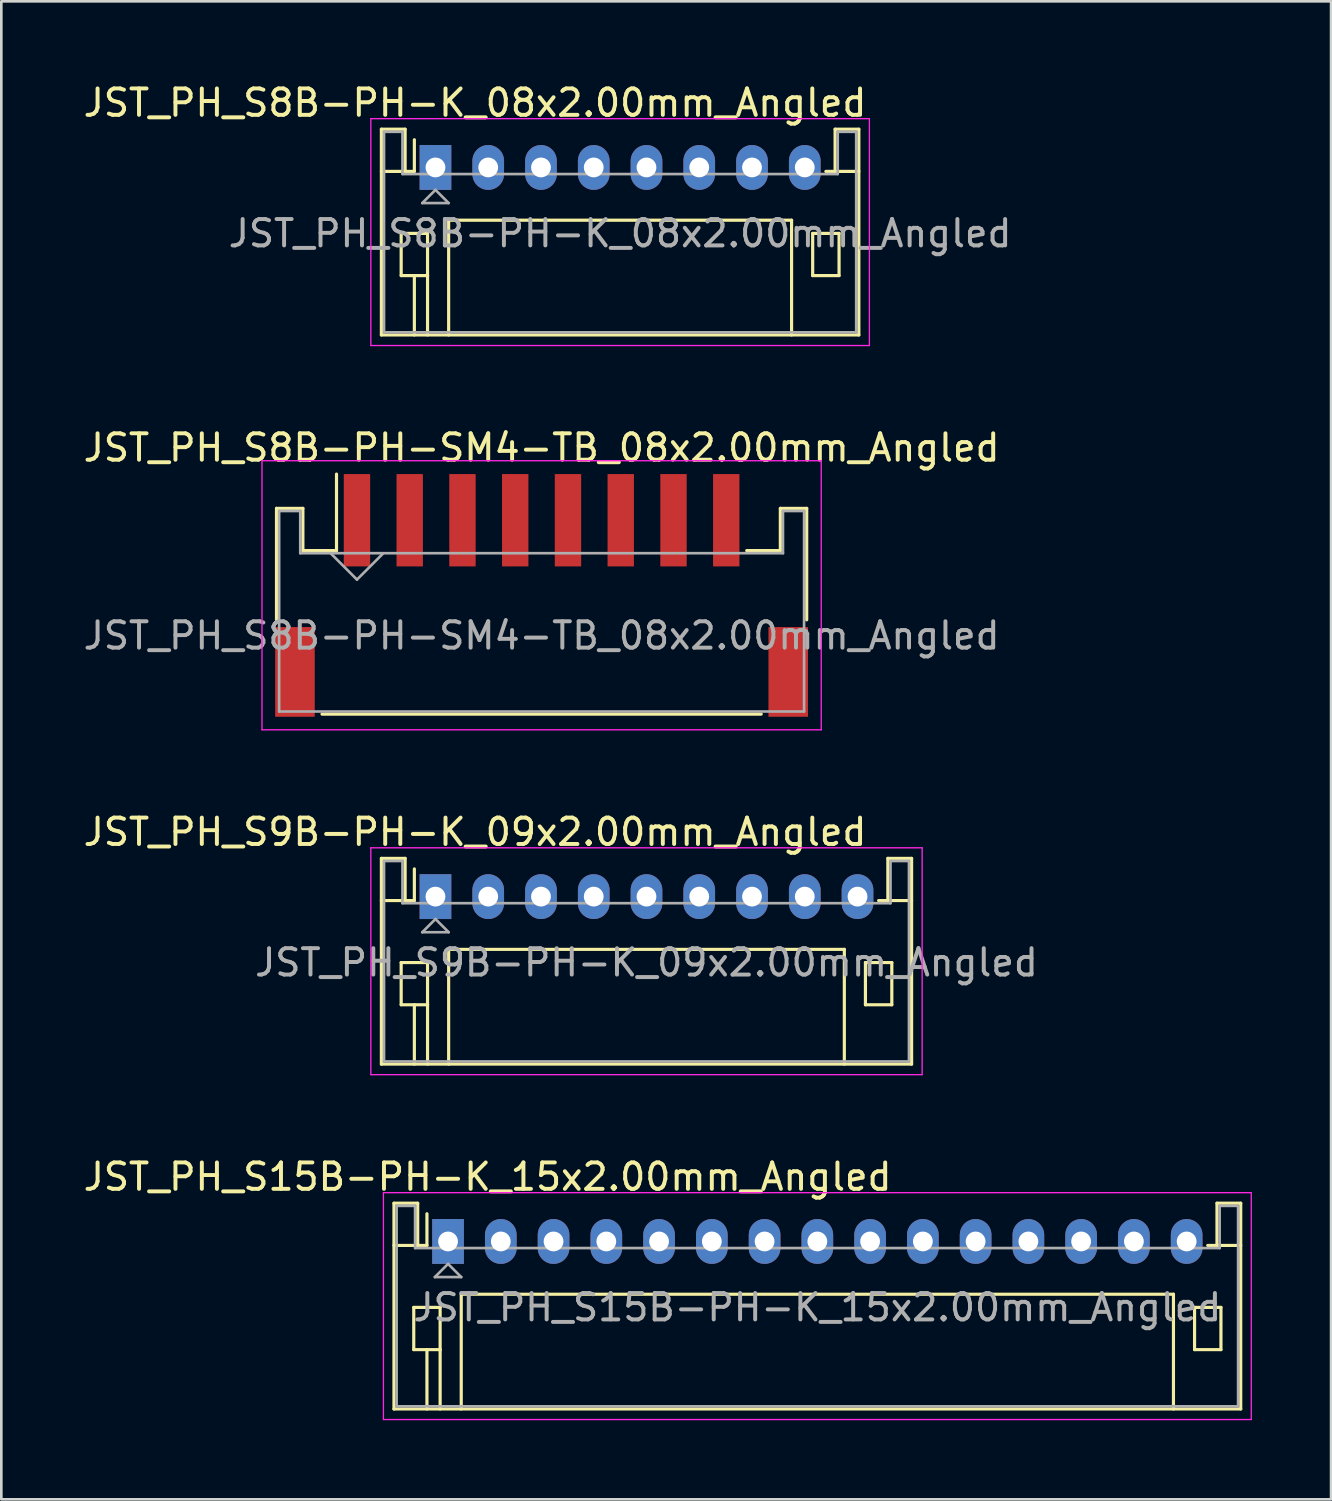
<source format=kicad_pcb>
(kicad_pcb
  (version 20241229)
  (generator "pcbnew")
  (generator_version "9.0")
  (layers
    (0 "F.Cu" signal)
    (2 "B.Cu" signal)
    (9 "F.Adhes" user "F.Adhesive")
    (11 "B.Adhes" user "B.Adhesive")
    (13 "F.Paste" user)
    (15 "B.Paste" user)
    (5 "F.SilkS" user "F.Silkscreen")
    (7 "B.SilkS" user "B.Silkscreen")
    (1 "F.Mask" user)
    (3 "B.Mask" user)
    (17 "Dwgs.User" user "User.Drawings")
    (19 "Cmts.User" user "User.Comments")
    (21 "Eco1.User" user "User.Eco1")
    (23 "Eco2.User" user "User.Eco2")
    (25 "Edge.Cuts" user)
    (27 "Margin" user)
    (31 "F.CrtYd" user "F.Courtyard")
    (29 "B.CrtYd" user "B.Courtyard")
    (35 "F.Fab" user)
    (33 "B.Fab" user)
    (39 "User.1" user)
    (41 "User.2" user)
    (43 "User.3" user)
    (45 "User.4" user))
  (footprint "JST_PH_S8B-PH-K_08x2.00mm_Angled"
    (layer "F.Cu")
    (at 13.458 3.298)
    (property "Reference" "JST_PH_S8B-PH-K_08x2.00mm_Angled" (at 1.5 -2.45 0) (layer "F.SilkS") (effects (font (size 1 1) (thickness 0.15))))
    (attr through_hole)
    (fp_line (start -2.05 -1.45) (end -2.05 6.35) (stroke (width 0.12) (type solid)) (layer "F.SilkS"))
    (fp_line (start -2.05 0.15) (end -1.15 0.15) (stroke (width 0.12) (type solid)) (layer "F.SilkS"))
    (fp_line (start -2.05 6.35) (end 16.05 6.35) (stroke (width 0.12) (type solid)) (layer "F.SilkS"))
    (fp_line (start -1.3 2.5) (end -1.3 4.1) (stroke (width 0.12) (type solid)) (layer "F.SilkS"))
    (fp_line (start -1.3 4.1) (end -0.3 4.1) (stroke (width 0.12) (type solid)) (layer "F.SilkS"))
    (fp_line (start -1.15 -1.45) (end -2.05 -1.45) (stroke (width 0.12) (type solid)) (layer "F.SilkS"))
    (fp_line (start -1.15 0.15) (end -1.15 -1.45) (stroke (width 0.12) (type solid)) (layer "F.SilkS"))
    (fp_line (start -0.8 0.15) (end -1.15 0.15) (stroke (width 0.12) (type solid)) (layer "F.SilkS"))
    (fp_line (start -0.8 0.15) (end -0.8 -1.05) (stroke (width 0.12) (type solid)) (layer "F.SilkS"))
    (fp_line (start -0.8 4.1) (end -0.8 6.35) (stroke (width 0.12) (type solid)) (layer "F.SilkS"))
    (fp_line (start -0.3 2.5) (end -1.3 2.5) (stroke (width 0.12) (type solid)) (layer "F.SilkS"))
    (fp_line (start -0.3 4.1) (end -0.3 2.5) (stroke (width 0.12) (type solid)) (layer "F.SilkS"))
    (fp_line (start -0.3 4.1) (end -0.3 6.35) (stroke (width 0.12) (type solid)) (layer "F.SilkS"))
    (fp_line (start 0.5 2) (end 13.5 2) (stroke (width 0.12) (type solid)) (layer "F.SilkS"))
    (fp_line (start 0.5 6.35) (end 0.5 2) (stroke (width 0.12) (type solid)) (layer "F.SilkS"))
    (fp_line (start 13.5 2) (end 13.5 6.35) (stroke (width 0.12) (type solid)) (layer "F.SilkS"))
    (fp_line (start 14.3 2.5) (end 15.3 2.5) (stroke (width 0.12) (type solid)) (layer "F.SilkS"))
    (fp_line (start 14.3 4.1) (end 14.3 2.5) (stroke (width 0.12) (type solid)) (layer "F.SilkS"))
    (fp_line (start 15.15 -1.45) (end 15.15 0.15) (stroke (width 0.12) (type solid)) (layer "F.SilkS"))
    (fp_line (start 15.15 0.15) (end 14.8 0.15) (stroke (width 0.12) (type solid)) (layer "F.SilkS"))
    (fp_line (start 15.3 2.5) (end 15.3 4.1) (stroke (width 0.12) (type solid)) (layer "F.SilkS"))
    (fp_line (start 15.3 4.1) (end 14.3 4.1) (stroke (width 0.12) (type solid)) (layer "F.SilkS"))
    (fp_line (start 16.05 -1.45) (end 15.15 -1.45) (stroke (width 0.12) (type solid)) (layer "F.SilkS"))
    (fp_line (start 16.05 0.15) (end 15.15 0.15) (stroke (width 0.12) (type solid)) (layer "F.SilkS"))
    (fp_line (start 16.05 6.35) (end 16.05 -1.45) (stroke (width 0.12) (type solid)) (layer "F.SilkS"))
    (fp_line (start -2.45 -1.85) (end -2.45 6.75) (stroke (width 0.05) (type solid)) (layer "F.CrtYd"))
    (fp_line (start -2.45 6.75) (end 16.45 6.75) (stroke (width 0.05) (type solid)) (layer "F.CrtYd"))
    (fp_line (start 16.45 -1.85) (end -2.45 -1.85) (stroke (width 0.05) (type solid)) (layer "F.CrtYd"))
    (fp_line (start 16.45 6.75) (end 16.45 -1.85) (stroke (width 0.05) (type solid)) (layer "F.CrtYd"))
    (fp_line (start -1.95 -1.35) (end -1.95 6.25) (stroke (width 0.1) (type solid)) (layer "F.Fab"))
    (fp_line (start -1.95 6.25) (end 15.95 6.25) (stroke (width 0.1) (type solid)) (layer "F.Fab"))
    (fp_line (start -1.25 -1.35) (end -1.95 -1.35) (stroke (width 0.1) (type solid)) (layer "F.Fab"))
    (fp_line (start -1.25 0.25) (end -1.25 -1.35) (stroke (width 0.1) (type solid)) (layer "F.Fab"))
    (fp_line (start -0.5 1.35) (end 0.5 1.35) (stroke (width 0.1) (type solid)) (layer "F.Fab"))
    (fp_line (start 0 0.85) (end -0.5 1.35) (stroke (width 0.1) (type solid)) (layer "F.Fab"))
    (fp_line (start 0.5 1.35) (end 0 0.85) (stroke (width 0.1) (type solid)) (layer "F.Fab"))
    (fp_line (start 15.25 -1.35) (end 15.25 0.25) (stroke (width 0.1) (type solid)) (layer "F.Fab"))
    (fp_line (start 15.25 0.25) (end -1.25 0.25) (stroke (width 0.1) (type solid)) (layer "F.Fab"))
    (fp_line (start 15.95 -1.35) (end 15.25 -1.35) (stroke (width 0.1) (type solid)) (layer "F.Fab"))
    (fp_line (start 15.95 6.25) (end 15.95 -1.35) (stroke (width 0.1) (type solid)) (layer "F.Fab"))
    (fp_text user "${REFERENCE}" (at 7 2.5 0) (layer "F.Fab") (effects (font (size 1 1) (thickness 0.15))))
    (pad "1" thru_hole rect (at 0 0) (size 1.2 1.7) (drill 0.75) (layers "*.Cu" "*.Mask"))
    (pad "2" thru_hole oval (at 2 0) (size 1.2 1.7) (drill 0.75) (layers "*.Cu" "*.Mask"))
    (pad "3" thru_hole oval (at 4 0) (size 1.2 1.7) (drill 0.75) (layers "*.Cu" "*.Mask"))
    (pad "4" thru_hole oval (at 6 0) (size 1.2 1.7) (drill 0.75) (layers "*.Cu" "*.Mask"))
    (pad "5" thru_hole oval (at 8 0) (size 1.2 1.7) (drill 0.75) (layers "*.Cu" "*.Mask"))
    (pad "6" thru_hole oval (at 10 0) (size 1.2 1.7) (drill 0.75) (layers "*.Cu" "*.Mask"))
    (pad "7" thru_hole oval (at 12 0) (size 1.2 1.7) (drill 0.75) (layers "*.Cu" "*.Mask"))
    (pad "8" thru_hole oval (at 14 0) (size 1.2 1.7) (drill 0.75) (layers "*.Cu" "*.Mask")))
  (footprint "JST_PH_S15B-PH-K_15x2.00mm_Angled"
    (layer "F.Cu")
    (at 13.935 44.013)
    (property "Reference" "JST_PH_S15B-PH-K_15x2.00mm_Angled" (at 1.5 -2.45 0) (layer "F.SilkS") (effects (font (size 1 1) (thickness 0.15))))
    (attr through_hole)
    (fp_line (start -2.05 -1.45) (end -2.05 6.35) (stroke (width 0.12) (type solid)) (layer "F.SilkS"))
    (fp_line (start -2.05 0.15) (end -1.15 0.15) (stroke (width 0.12) (type solid)) (layer "F.SilkS"))
    (fp_line (start -2.05 6.35) (end 30.05 6.35) (stroke (width 0.12) (type solid)) (layer "F.SilkS"))
    (fp_line (start -1.3 2.5) (end -1.3 4.1) (stroke (width 0.12) (type solid)) (layer "F.SilkS"))
    (fp_line (start -1.3 4.1) (end -0.3 4.1) (stroke (width 0.12) (type solid)) (layer "F.SilkS"))
    (fp_line (start -1.15 -1.45) (end -2.05 -1.45) (stroke (width 0.12) (type solid)) (layer "F.SilkS"))
    (fp_line (start -1.15 0.15) (end -1.15 -1.45) (stroke (width 0.12) (type solid)) (layer "F.SilkS"))
    (fp_line (start -0.8 0.15) (end -1.15 0.15) (stroke (width 0.12) (type solid)) (layer "F.SilkS"))
    (fp_line (start -0.8 0.15) (end -0.8 -1.05) (stroke (width 0.12) (type solid)) (layer "F.SilkS"))
    (fp_line (start -0.8 4.1) (end -0.8 6.35) (stroke (width 0.12) (type solid)) (layer "F.SilkS"))
    (fp_line (start -0.3 2.5) (end -1.3 2.5) (stroke (width 0.12) (type solid)) (layer "F.SilkS"))
    (fp_line (start -0.3 4.1) (end -0.3 2.5) (stroke (width 0.12) (type solid)) (layer "F.SilkS"))
    (fp_line (start -0.3 4.1) (end -0.3 6.35) (stroke (width 0.12) (type solid)) (layer "F.SilkS"))
    (fp_line (start 0.5 2) (end 27.5 2) (stroke (width 0.12) (type solid)) (layer "F.SilkS"))
    (fp_line (start 0.5 6.35) (end 0.5 2) (stroke (width 0.12) (type solid)) (layer "F.SilkS"))
    (fp_line (start 27.5 2) (end 27.5 6.35) (stroke (width 0.12) (type solid)) (layer "F.SilkS"))
    (fp_line (start 28.3 2.5) (end 29.3 2.5) (stroke (width 0.12) (type solid)) (layer "F.SilkS"))
    (fp_line (start 28.3 4.1) (end 28.3 2.5) (stroke (width 0.12) (type solid)) (layer "F.SilkS"))
    (fp_line (start 29.15 -1.45) (end 29.15 0.15) (stroke (width 0.12) (type solid)) (layer "F.SilkS"))
    (fp_line (start 29.15 0.15) (end 28.8 0.15) (stroke (width 0.12) (type solid)) (layer "F.SilkS"))
    (fp_line (start 29.3 2.5) (end 29.3 4.1) (stroke (width 0.12) (type solid)) (layer "F.SilkS"))
    (fp_line (start 29.3 4.1) (end 28.3 4.1) (stroke (width 0.12) (type solid)) (layer "F.SilkS"))
    (fp_line (start 30.05 -1.45) (end 29.15 -1.45) (stroke (width 0.12) (type solid)) (layer "F.SilkS"))
    (fp_line (start 30.05 0.15) (end 29.15 0.15) (stroke (width 0.12) (type solid)) (layer "F.SilkS"))
    (fp_line (start 30.05 6.35) (end 30.05 -1.45) (stroke (width 0.12) (type solid)) (layer "F.SilkS"))
    (fp_line (start -2.45 -1.85) (end -2.45 6.75) (stroke (width 0.05) (type solid)) (layer "F.CrtYd"))
    (fp_line (start -2.45 6.75) (end 30.45 6.75) (stroke (width 0.05) (type solid)) (layer "F.CrtYd"))
    (fp_line (start 30.45 -1.85) (end -2.45 -1.85) (stroke (width 0.05) (type solid)) (layer "F.CrtYd"))
    (fp_line (start 30.45 6.75) (end 30.45 -1.85) (stroke (width 0.05) (type solid)) (layer "F.CrtYd"))
    (fp_line (start -1.95 -1.35) (end -1.95 6.25) (stroke (width 0.1) (type solid)) (layer "F.Fab"))
    (fp_line (start -1.95 6.25) (end 29.95 6.25) (stroke (width 0.1) (type solid)) (layer "F.Fab"))
    (fp_line (start -1.25 -1.35) (end -1.95 -1.35) (stroke (width 0.1) (type solid)) (layer "F.Fab"))
    (fp_line (start -1.25 0.25) (end -1.25 -1.35) (stroke (width 0.1) (type solid)) (layer "F.Fab"))
    (fp_line (start -0.5 1.35) (end 0.5 1.35) (stroke (width 0.1) (type solid)) (layer "F.Fab"))
    (fp_line (start 0 0.85) (end -0.5 1.35) (stroke (width 0.1) (type solid)) (layer "F.Fab"))
    (fp_line (start 0.5 1.35) (end 0 0.85) (stroke (width 0.1) (type solid)) (layer "F.Fab"))
    (fp_line (start 29.25 -1.35) (end 29.25 0.25) (stroke (width 0.1) (type solid)) (layer "F.Fab"))
    (fp_line (start 29.25 0.25) (end -1.25 0.25) (stroke (width 0.1) (type solid)) (layer "F.Fab"))
    (fp_line (start 29.95 -1.35) (end 29.25 -1.35) (stroke (width 0.1) (type solid)) (layer "F.Fab"))
    (fp_line (start 29.95 6.25) (end 29.95 -1.35) (stroke (width 0.1) (type solid)) (layer "F.Fab"))
    (fp_text user "${REFERENCE}" (at 14 2.5 0) (layer "F.Fab") (effects (font (size 1 1) (thickness 0.15))))
    (pad "1" thru_hole rect (at 0 0) (size 1.2 1.7) (drill 0.75) (layers "*.Cu" "*.Mask"))
    (pad "2" thru_hole oval (at 2 0) (size 1.2 1.7) (drill 0.75) (layers "*.Cu" "*.Mask"))
    (pad "3" thru_hole oval (at 4 0) (size 1.2 1.7) (drill 0.75) (layers "*.Cu" "*.Mask"))
    (pad "4" thru_hole oval (at 6 0) (size 1.2 1.7) (drill 0.75) (layers "*.Cu" "*.Mask"))
    (pad "5" thru_hole oval (at 8 0) (size 1.2 1.7) (drill 0.75) (layers "*.Cu" "*.Mask"))
    (pad "6" thru_hole oval (at 10 0) (size 1.2 1.7) (drill 0.75) (layers "*.Cu" "*.Mask"))
    (pad "7" thru_hole oval (at 12 0) (size 1.2 1.7) (drill 0.75) (layers "*.Cu" "*.Mask"))
    (pad "8" thru_hole oval (at 14 0) (size 1.2 1.7) (drill 0.75) (layers "*.Cu" "*.Mask"))
    (pad "9" thru_hole oval (at 16 0) (size 1.2 1.7) (drill 0.75) (layers "*.Cu" "*.Mask"))
    (pad "10" thru_hole oval (at 18 0) (size 1.2 1.7) (drill 0.75) (layers "*.Cu" "*.Mask"))
    (pad "11" thru_hole oval (at 20 0) (size 1.2 1.7) (drill 0.75) (layers "*.Cu" "*.Mask"))
    (pad "12" thru_hole oval (at 22 0) (size 1.2 1.7) (drill 0.75) (layers "*.Cu" "*.Mask"))
    (pad "13" thru_hole oval (at 24 0) (size 1.2 1.7) (drill 0.75) (layers "*.Cu" "*.Mask"))
    (pad "14" thru_hole oval (at 26 0) (size 1.2 1.7) (drill 0.75) (layers "*.Cu" "*.Mask"))
    (pad "15" thru_hole oval (at 28 0) (size 1.2 1.7) (drill 0.75) (layers "*.Cu" "*.Mask")))
  (footprint "JST_PH_S8B-PH-SM4-TB_08x2.00mm_Angled"
    (layer "F.Cu")
    (at 17.482 19.547)
    (property "Reference" "JST_PH_S8B-PH-SM4-TB_08x2.00mm_Angled" (at 0 -5.625 0) (layer "F.SilkS") (effects (font (size 1 1) (thickness 0.15))))
    (attr smd)
    (fp_line (start -10.05 -3.325) (end -10.05 0.9) (stroke (width 0.12) (type solid)) (layer "F.SilkS"))
    (fp_line (start -9.05 -3.325) (end -10.05 -3.325) (stroke (width 0.12) (type solid)) (layer "F.SilkS"))
    (fp_line (start -9.05 -1.725) (end -9.05 -3.325) (stroke (width 0.12) (type solid)) (layer "F.SilkS"))
    (fp_line (start -8.325 4.475) (end 8.325 4.475) (stroke (width 0.12) (type solid)) (layer "F.SilkS"))
    (fp_line (start -7.775 -1.725) (end -9.05 -1.725) (stroke (width 0.12) (type solid)) (layer "F.SilkS"))
    (fp_line (start -7.775 -1.725) (end -7.775 -4.625) (stroke (width 0.12) (type solid)) (layer "F.SilkS"))
    (fp_line (start 9.05 -3.325) (end 9.05 -1.725) (stroke (width 0.12) (type solid)) (layer "F.SilkS"))
    (fp_line (start 9.05 -1.725) (end 7.775 -1.725) (stroke (width 0.12) (type solid)) (layer "F.SilkS"))
    (fp_line (start 10.05 -3.325) (end 9.05 -3.325) (stroke (width 0.12) (type solid)) (layer "F.SilkS"))
    (fp_line (start 10.05 0.9) (end 10.05 -3.325) (stroke (width 0.12) (type solid)) (layer "F.SilkS"))
    (fp_line (start -10.6 -5.13) (end -10.6 5.07) (stroke (width 0.05) (type solid)) (layer "F.CrtYd"))
    (fp_line (start -10.6 5.07) (end 10.6 5.07) (stroke (width 0.05) (type solid)) (layer "F.CrtYd"))
    (fp_line (start 10.6 -5.13) (end -10.6 -5.13) (stroke (width 0.05) (type solid)) (layer "F.CrtYd"))
    (fp_line (start 10.6 5.07) (end 10.6 -5.13) (stroke (width 0.05) (type solid)) (layer "F.CrtYd"))
    (fp_line (start -9.95 -3.225) (end -9.95 4.375) (stroke (width 0.1) (type solid)) (layer "F.Fab"))
    (fp_line (start -9.95 4.375) (end 9.95 4.375) (stroke (width 0.1) (type solid)) (layer "F.Fab"))
    (fp_line (start -9.15 -3.225) (end -9.95 -3.225) (stroke (width 0.1) (type solid)) (layer "F.Fab"))
    (fp_line (start -9.15 -1.625) (end -9.15 -3.225) (stroke (width 0.1) (type solid)) (layer "F.Fab"))
    (fp_line (start -8 -1.625) (end -7 -0.625) (stroke (width 0.1) (type solid)) (layer "F.Fab"))
    (fp_line (start -7 -0.625) (end -6 -1.625) (stroke (width 0.1) (type solid)) (layer "F.Fab"))
    (fp_line (start 9.15 -3.225) (end 9.15 -1.625) (stroke (width 0.1) (type solid)) (layer "F.Fab"))
    (fp_line (start 9.15 -1.625) (end -9.15 -1.625) (stroke (width 0.1) (type solid)) (layer "F.Fab"))
    (fp_line (start 9.95 -3.225) (end 9.15 -3.225) (stroke (width 0.1) (type solid)) (layer "F.Fab"))
    (fp_line (start 9.95 4.375) (end 9.95 -3.225) (stroke (width 0.1) (type solid)) (layer "F.Fab"))
    (fp_text user "${REFERENCE}" (at 0 1.5 0) (layer "F.Fab") (effects (font (size 1 1) (thickness 0.15))))
    (pad "" smd rect (at -9.35 2.875) (size 1.5 3.4) (layers "F.Cu" "F.Mask" "F.Paste"))
    (pad "" smd rect (at 9.35 2.875) (size 1.5 3.4) (layers "F.Cu" "F.Mask" "F.Paste"))
    (pad "1" smd rect (at -7 -2.875) (size 1 3.5) (layers "F.Cu" "F.Mask" "F.Paste"))
    (pad "2" smd rect (at -5 -2.875) (size 1 3.5) (layers "F.Cu" "F.Mask" "F.Paste"))
    (pad "3" smd rect (at -3 -2.875) (size 1 3.5) (layers "F.Cu" "F.Mask" "F.Paste"))
    (pad "4" smd rect (at -1 -2.875) (size 1 3.5) (layers "F.Cu" "F.Mask" "F.Paste"))
    (pad "5" smd rect (at 1 -2.875) (size 1 3.5) (layers "F.Cu" "F.Mask" "F.Paste"))
    (pad "6" smd rect (at 3 -2.875) (size 1 3.5) (layers "F.Cu" "F.Mask" "F.Paste"))
    (pad "7" smd rect (at 5 -2.875) (size 1 3.5) (layers "F.Cu" "F.Mask" "F.Paste"))
    (pad "8" smd rect (at 7 -2.875) (size 1 3.5) (layers "F.Cu" "F.Mask" "F.Paste")))
  (footprint "JST_PH_S9B-PH-K_09x2.00mm_Angled"
    (layer "F.Cu")
    (at 13.458 30.94)
    (property "Reference" "JST_PH_S9B-PH-K_09x2.00mm_Angled" (at 1.5 -2.45 0) (layer "F.SilkS") (effects (font (size 1 1) (thickness 0.15))))
    (attr through_hole)
    (fp_line (start -2.05 -1.45) (end -2.05 6.35) (stroke (width 0.12) (type solid)) (layer "F.SilkS"))
    (fp_line (start -2.05 0.15) (end -1.15 0.15) (stroke (width 0.12) (type solid)) (layer "F.SilkS"))
    (fp_line (start -2.05 6.35) (end 18.05 6.35) (stroke (width 0.12) (type solid)) (layer "F.SilkS"))
    (fp_line (start -1.3 2.5) (end -1.3 4.1) (stroke (width 0.12) (type solid)) (layer "F.SilkS"))
    (fp_line (start -1.3 4.1) (end -0.3 4.1) (stroke (width 0.12) (type solid)) (layer "F.SilkS"))
    (fp_line (start -1.15 -1.45) (end -2.05 -1.45) (stroke (width 0.12) (type solid)) (layer "F.SilkS"))
    (fp_line (start -1.15 0.15) (end -1.15 -1.45) (stroke (width 0.12) (type solid)) (layer "F.SilkS"))
    (fp_line (start -0.8 0.15) (end -1.15 0.15) (stroke (width 0.12) (type solid)) (layer "F.SilkS"))
    (fp_line (start -0.8 0.15) (end -0.8 -1.05) (stroke (width 0.12) (type solid)) (layer "F.SilkS"))
    (fp_line (start -0.8 4.1) (end -0.8 6.35) (stroke (width 0.12) (type solid)) (layer "F.SilkS"))
    (fp_line (start -0.3 2.5) (end -1.3 2.5) (stroke (width 0.12) (type solid)) (layer "F.SilkS"))
    (fp_line (start -0.3 4.1) (end -0.3 2.5) (stroke (width 0.12) (type solid)) (layer "F.SilkS"))
    (fp_line (start -0.3 4.1) (end -0.3 6.35) (stroke (width 0.12) (type solid)) (layer "F.SilkS"))
    (fp_line (start 0.5 2) (end 15.5 2) (stroke (width 0.12) (type solid)) (layer "F.SilkS"))
    (fp_line (start 0.5 6.35) (end 0.5 2) (stroke (width 0.12) (type solid)) (layer "F.SilkS"))
    (fp_line (start 15.5 2) (end 15.5 6.35) (stroke (width 0.12) (type solid)) (layer "F.SilkS"))
    (fp_line (start 16.3 2.5) (end 17.3 2.5) (stroke (width 0.12) (type solid)) (layer "F.SilkS"))
    (fp_line (start 16.3 4.1) (end 16.3 2.5) (stroke (width 0.12) (type solid)) (layer "F.SilkS"))
    (fp_line (start 17.15 -1.45) (end 17.15 0.15) (stroke (width 0.12) (type solid)) (layer "F.SilkS"))
    (fp_line (start 17.15 0.15) (end 16.8 0.15) (stroke (width 0.12) (type solid)) (layer "F.SilkS"))
    (fp_line (start 17.3 2.5) (end 17.3 4.1) (stroke (width 0.12) (type solid)) (layer "F.SilkS"))
    (fp_line (start 17.3 4.1) (end 16.3 4.1) (stroke (width 0.12) (type solid)) (layer "F.SilkS"))
    (fp_line (start 18.05 -1.45) (end 17.15 -1.45) (stroke (width 0.12) (type solid)) (layer "F.SilkS"))
    (fp_line (start 18.05 0.15) (end 17.15 0.15) (stroke (width 0.12) (type solid)) (layer "F.SilkS"))
    (fp_line (start 18.05 6.35) (end 18.05 -1.45) (stroke (width 0.12) (type solid)) (layer "F.SilkS"))
    (fp_line (start -2.45 -1.85) (end -2.45 6.75) (stroke (width 0.05) (type solid)) (layer "F.CrtYd"))
    (fp_line (start -2.45 6.75) (end 18.45 6.75) (stroke (width 0.05) (type solid)) (layer "F.CrtYd"))
    (fp_line (start 18.45 -1.85) (end -2.45 -1.85) (stroke (width 0.05) (type solid)) (layer "F.CrtYd"))
    (fp_line (start 18.45 6.75) (end 18.45 -1.85) (stroke (width 0.05) (type solid)) (layer "F.CrtYd"))
    (fp_line (start -1.95 -1.35) (end -1.95 6.25) (stroke (width 0.1) (type solid)) (layer "F.Fab"))
    (fp_line (start -1.95 6.25) (end 17.95 6.25) (stroke (width 0.1) (type solid)) (layer "F.Fab"))
    (fp_line (start -1.25 -1.35) (end -1.95 -1.35) (stroke (width 0.1) (type solid)) (layer "F.Fab"))
    (fp_line (start -1.25 0.25) (end -1.25 -1.35) (stroke (width 0.1) (type solid)) (layer "F.Fab"))
    (fp_line (start -0.5 1.35) (end 0.5 1.35) (stroke (width 0.1) (type solid)) (layer "F.Fab"))
    (fp_line (start 0 0.85) (end -0.5 1.35) (stroke (width 0.1) (type solid)) (layer "F.Fab"))
    (fp_line (start 0.5 1.35) (end 0 0.85) (stroke (width 0.1) (type solid)) (layer "F.Fab"))
    (fp_line (start 17.25 -1.35) (end 17.25 0.25) (stroke (width 0.1) (type solid)) (layer "F.Fab"))
    (fp_line (start 17.25 0.25) (end -1.25 0.25) (stroke (width 0.1) (type solid)) (layer "F.Fab"))
    (fp_line (start 17.95 -1.35) (end 17.25 -1.35) (stroke (width 0.1) (type solid)) (layer "F.Fab"))
    (fp_line (start 17.95 6.25) (end 17.95 -1.35) (stroke (width 0.1) (type solid)) (layer "F.Fab"))
    (fp_text user "${REFERENCE}" (at 8 2.5 0) (layer "F.Fab") (effects (font (size 1 1) (thickness 0.15))))
    (pad "1" thru_hole rect (at 0 0) (size 1.2 1.7) (drill 0.75) (layers "*.Cu" "*.Mask"))
    (pad "2" thru_hole oval (at 2 0) (size 1.2 1.7) (drill 0.75) (layers "*.Cu" "*.Mask"))
    (pad "3" thru_hole oval (at 4 0) (size 1.2 1.7) (drill 0.75) (layers "*.Cu" "*.Mask"))
    (pad "4" thru_hole oval (at 6 0) (size 1.2 1.7) (drill 0.75) (layers "*.Cu" "*.Mask"))
    (pad "5" thru_hole oval (at 8 0) (size 1.2 1.7) (drill 0.75) (layers "*.Cu" "*.Mask"))
    (pad "6" thru_hole oval (at 10 0) (size 1.2 1.7) (drill 0.75) (layers "*.Cu" "*.Mask"))
    (pad "7" thru_hole oval (at 12 0) (size 1.2 1.7) (drill 0.75) (layers "*.Cu" "*.Mask"))
    (pad "8" thru_hole oval (at 14 0) (size 1.2 1.7) (drill 0.75) (layers "*.Cu" "*.Mask"))
    (pad "9" thru_hole oval (at 16 0) (size 1.2 1.7) (drill 0.75) (layers "*.Cu" "*.Mask")))
  (gr_rect
    (start -3 -3)
    (end 47.41 53.788)
    (stroke (width 0.1) (type default))
    (fill no)
    (layer "Edge.Cuts")))
</source>
